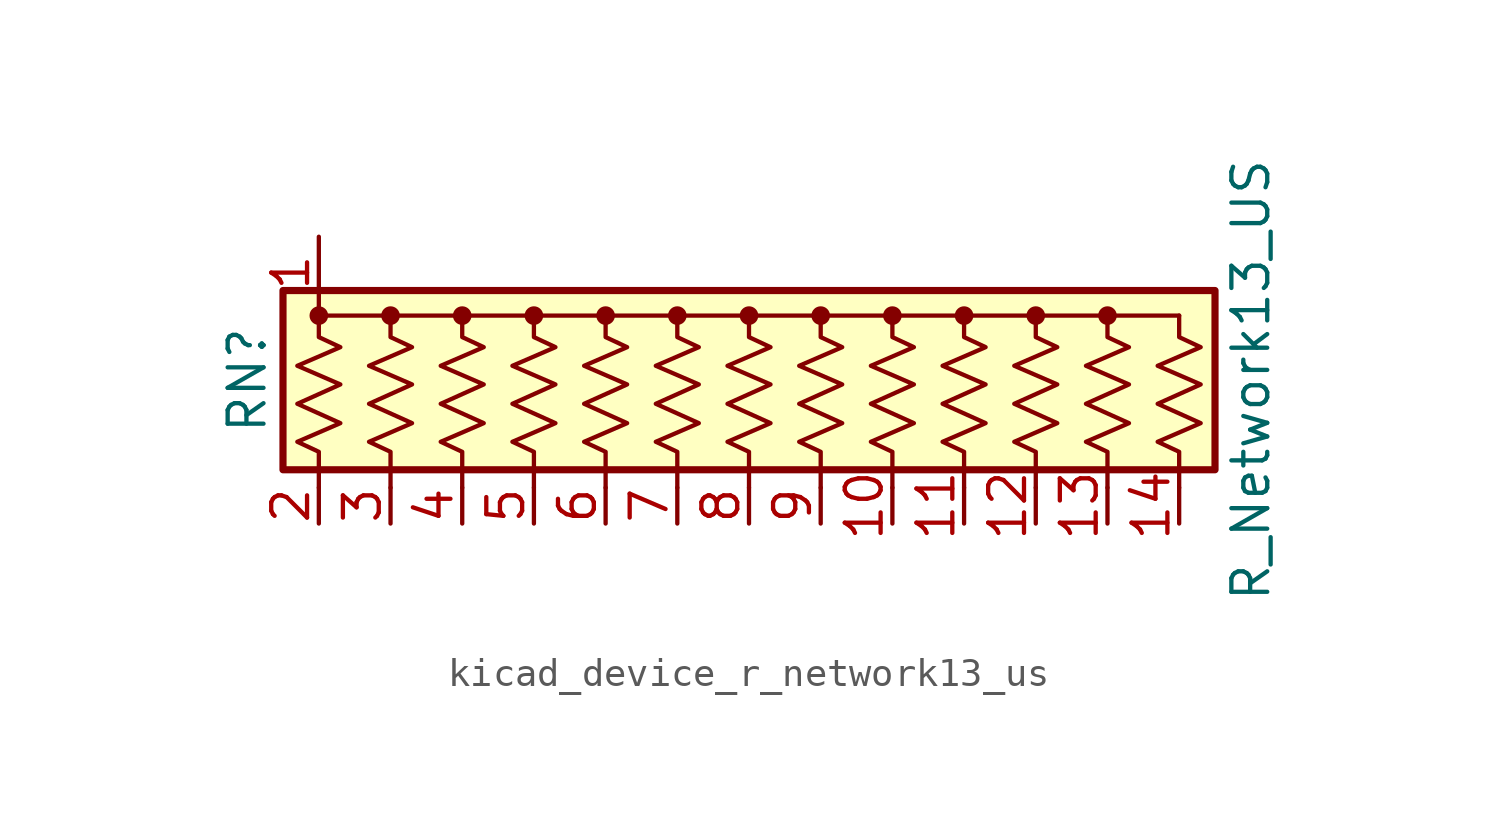
<source format=kicad_sym>
(kicad_symbol_lib
  (version 20220914)
  (generator kicad_symbol_editor)
  (symbol "kicad_device_r_network13_us"
    (pin_names
      (offset 0) hide)
    (property "Reference" "RN"
      (at -17.78 0 90)
      (effects (font (size 1.27 1.27))))
    (property "Value" "R_Network13_US"
      (at 17.78 0 90)
      (effects (font (size 1.27 1.27))))
    (symbol "kicad_device_r_network13_us_0_1"
      (rectangle (start -16.51 -3.175) (end 16.51 3.175) (stroke (width 0.254) (type default)) (fill (type background)))
      (circle (center -15.24 2.286) (radius 0.254) (stroke (width 0) (type default)) (fill (type outline)))
      (circle (center -12.7 2.286) (radius 0.254) (stroke (width 0) (type default)) (fill (type outline)))
      (circle (center -10.16 2.286) (radius 0.254) (stroke (width 0) (type default)) (fill (type outline)))
      (circle (center -7.62 2.286) (radius 0.254) (stroke (width 0) (type default)) (fill (type outline)))
      (circle (center -5.08 2.286) (radius 0.254) (stroke (width 0) (type default)) (fill (type outline)))
      (circle (center -2.54 2.286) (radius 0.254) (stroke (width 0) (type default)) (fill (type outline)))
      (polyline (pts (xy -15.24 2.286) (xy 15.24 2.286)) (stroke (width 0) (type default)) (fill (type none)))
      (polyline (pts (xy -15.24 2.286) (xy -15.24 1.524) (xy -14.478 1.168) (xy -16.002 0.508) (xy -14.478 -0.152) (xy -16.002 -0.838) (xy -14.478 -1.524) (xy -16.002 -2.184) (xy -15.24 -2.54) (xy -15.24 -3.81)) (stroke (width 0) (type default)) (fill (type none)))
      (polyline (pts (xy -12.7 2.286) (xy -12.7 1.524) (xy -11.938 1.168) (xy -13.462 0.508) (xy -11.938 -0.152) (xy -13.462 -0.838) (xy -11.938 -1.524) (xy -13.462 -2.184) (xy -12.7 -2.54) (xy -12.7 -3.81)) (stroke (width 0) (type default)) (fill (type none)))
      (polyline (pts (xy -10.16 2.286) (xy -10.16 1.524) (xy -9.398 1.168) (xy -10.922 0.508) (xy -9.398 -0.152) (xy -10.922 -0.838) (xy -9.398 -1.524) (xy -10.922 -2.184) (xy -10.16 -2.54) (xy -10.16 -3.81)) (stroke (width 0) (type default)) (fill (type none)))
      (polyline (pts (xy -7.62 2.286) (xy -7.62 1.524) (xy -6.858 1.168) (xy -8.382 0.508) (xy -6.858 -0.152) (xy -8.382 -0.838) (xy -6.858 -1.524) (xy -8.382 -2.184) (xy -7.62 -2.54) (xy -7.62 -3.81)) (stroke (width 0) (type default)) (fill (type none)))
      (polyline (pts (xy -5.08 2.286) (xy -5.08 1.524) (xy -4.318 1.168) (xy -5.842 0.508) (xy -4.318 -0.152) (xy -5.842 -0.838) (xy -4.318 -1.524) (xy -5.842 -2.184) (xy -5.08 -2.54) (xy -5.08 -3.81)) (stroke (width 0) (type default)) (fill (type none)))
      (polyline (pts (xy -2.54 2.286) (xy -2.54 1.524) (xy -1.778 1.168) (xy -3.302 0.508) (xy -1.778 -0.152) (xy -3.302 -0.838) (xy -1.778 -1.524) (xy -3.302 -2.184) (xy -2.54 -2.54) (xy -2.54 -3.81)) (stroke (width 0) (type default)) (fill (type none)))
      (polyline (pts (xy 0 2.286) (xy 0 1.524) (xy 0.762 1.168) (xy -0.762 0.508) (xy 0.762 -0.152) (xy -0.762 -0.838) (xy 0.762 -1.524) (xy -0.762 -2.184) (xy 0 -2.54) (xy 0 -3.81)) (stroke (width 0) (type default)) (fill (type none)))
      (polyline (pts (xy 2.54 2.286) (xy 2.54 1.524) (xy 3.302 1.168) (xy 1.778 0.508) (xy 3.302 -0.152) (xy 1.778 -0.838) (xy 3.302 -1.524) (xy 1.778 -2.184) (xy 2.54 -2.54) (xy 2.54 -3.81)) (stroke (width 0) (type default)) (fill (type none)))
      (polyline (pts (xy 5.08 2.286) (xy 5.08 1.524) (xy 5.842 1.168) (xy 4.318 0.508) (xy 5.842 -0.152) (xy 4.318 -0.838) (xy 5.842 -1.524) (xy 4.318 -2.184) (xy 5.08 -2.54) (xy 5.08 -3.81)) (stroke (width 0) (type default)) (fill (type none)))
      (polyline (pts (xy 7.62 2.286) (xy 7.62 1.524) (xy 8.382 1.168) (xy 6.858 0.508) (xy 8.382 -0.152) (xy 6.858 -0.838) (xy 8.382 -1.524) (xy 6.858 -2.184) (xy 7.62 -2.54) (xy 7.62 -3.81)) (stroke (width 0) (type default)) (fill (type none)))
      (polyline (pts (xy 10.16 2.286) (xy 10.16 1.524) (xy 10.922 1.168) (xy 9.398 0.508) (xy 10.922 -0.152) (xy 9.398 -0.838) (xy 10.922 -1.524) (xy 9.398 -2.184) (xy 10.16 -2.54) (xy 10.16 -3.81)) (stroke (width 0) (type default)) (fill (type none)))
      (polyline (pts (xy 12.7 2.286) (xy 12.7 1.524) (xy 13.462 1.168) (xy 11.938 0.508) (xy 13.462 -0.152) (xy 11.938 -0.838) (xy 13.462 -1.524) (xy 11.938 -2.184) (xy 12.7 -2.54) (xy 12.7 -3.81)) (stroke (width 0) (type default)) (fill (type none)))
      (polyline (pts (xy 15.24 2.286) (xy 15.24 1.524) (xy 16.002 1.168) (xy 14.478 0.508) (xy 16.002 -0.152) (xy 14.478 -0.838) (xy 16.002 -1.524) (xy 14.478 -2.184) (xy 15.24 -2.54) (xy 15.24 -3.81)) (stroke (width 0) (type default)) (fill (type none)))
      (circle (center 0 2.286) (radius 0.254) (stroke (width 0) (type default)) (fill (type outline)))
      (circle (center 2.54 2.286) (radius 0.254) (stroke (width 0) (type default)) (fill (type outline)))
      (circle (center 5.08 2.286) (radius 0.254) (stroke (width 0) (type default)) (fill (type outline)))
      (circle (center 7.62 2.286) (radius 0.254) (stroke (width 0) (type default)) (fill (type outline)))
      (circle (center 10.16 2.286) (radius 0.254) (stroke (width 0) (type default)) (fill (type outline)))
      (circle (center 12.7 2.286) (radius 0.254) (stroke (width 0) (type default)) (fill (type outline))))
    (symbol "kicad_device_r_network13_us_1_1"
      (pin passive line (at -15.24 5.08 270) (length 2.54) (name "common" (effects (font (size 1.27 1.27)))) (number "1" (effects (font (size 1.27 1.27)))))
      (pin passive line (at 5.08 -5.08 90) (length 1.27) (name "R9" (effects (font (size 1.27 1.27)))) (number "10" (effects (font (size 1.27 1.27)))))
      (pin passive line (at 7.62 -5.08 90) (length 1.27) (name "R10" (effects (font (size 1.27 1.27)))) (number "11" (effects (font (size 1.27 1.27)))))
      (pin passive line (at 10.16 -5.08 90) (length 1.27) (name "R11" (effects (font (size 1.27 1.27)))) (number "12" (effects (font (size 1.27 1.27)))))
      (pin passive line (at 12.7 -5.08 90) (length 1.27) (name "R12" (effects (font (size 1.27 1.27)))) (number "13" (effects (font (size 1.27 1.27)))))
      (pin passive line (at 15.24 -5.08 90) (length 1.27) (name "R13" (effects (font (size 1.27 1.27)))) (number "14" (effects (font (size 1.27 1.27)))))
      (pin passive line (at -15.24 -5.08 90) (length 1.27) (name "R1" (effects (font (size 1.27 1.27)))) (number "2" (effects (font (size 1.27 1.27)))))
      (pin passive line (at -12.7 -5.08 90) (length 1.27) (name "R2" (effects (font (size 1.27 1.27)))) (number "3" (effects (font (size 1.27 1.27)))))
      (pin passive line (at -10.16 -5.08 90) (length 1.27) (name "R3" (effects (font (size 1.27 1.27)))) (number "4" (effects (font (size 1.27 1.27)))))
      (pin passive line (at -7.62 -5.08 90) (length 1.27) (name "R4" (effects (font (size 1.27 1.27)))) (number "5" (effects (font (size 1.27 1.27)))))
      (pin passive line (at -5.08 -5.08 90) (length 1.27) (name "R5" (effects (font (size 1.27 1.27)))) (number "6" (effects (font (size 1.27 1.27)))))
      (pin passive line (at -2.54 -5.08 90) (length 1.27) (name "R6" (effects (font (size 1.27 1.27)))) (number "7" (effects (font (size 1.27 1.27)))))
      (pin passive line (at 0 -5.08 90) (length 1.27) (name "R7" (effects (font (size 1.27 1.27)))) (number "8" (effects (font (size 1.27 1.27)))))
      (pin passive line (at 2.54 -5.08 90) (length 1.27) (name "R8" (effects (font (size 1.27 1.27)))) (number "9" (effects (font (size 1.27 1.27))))))))
</source>
